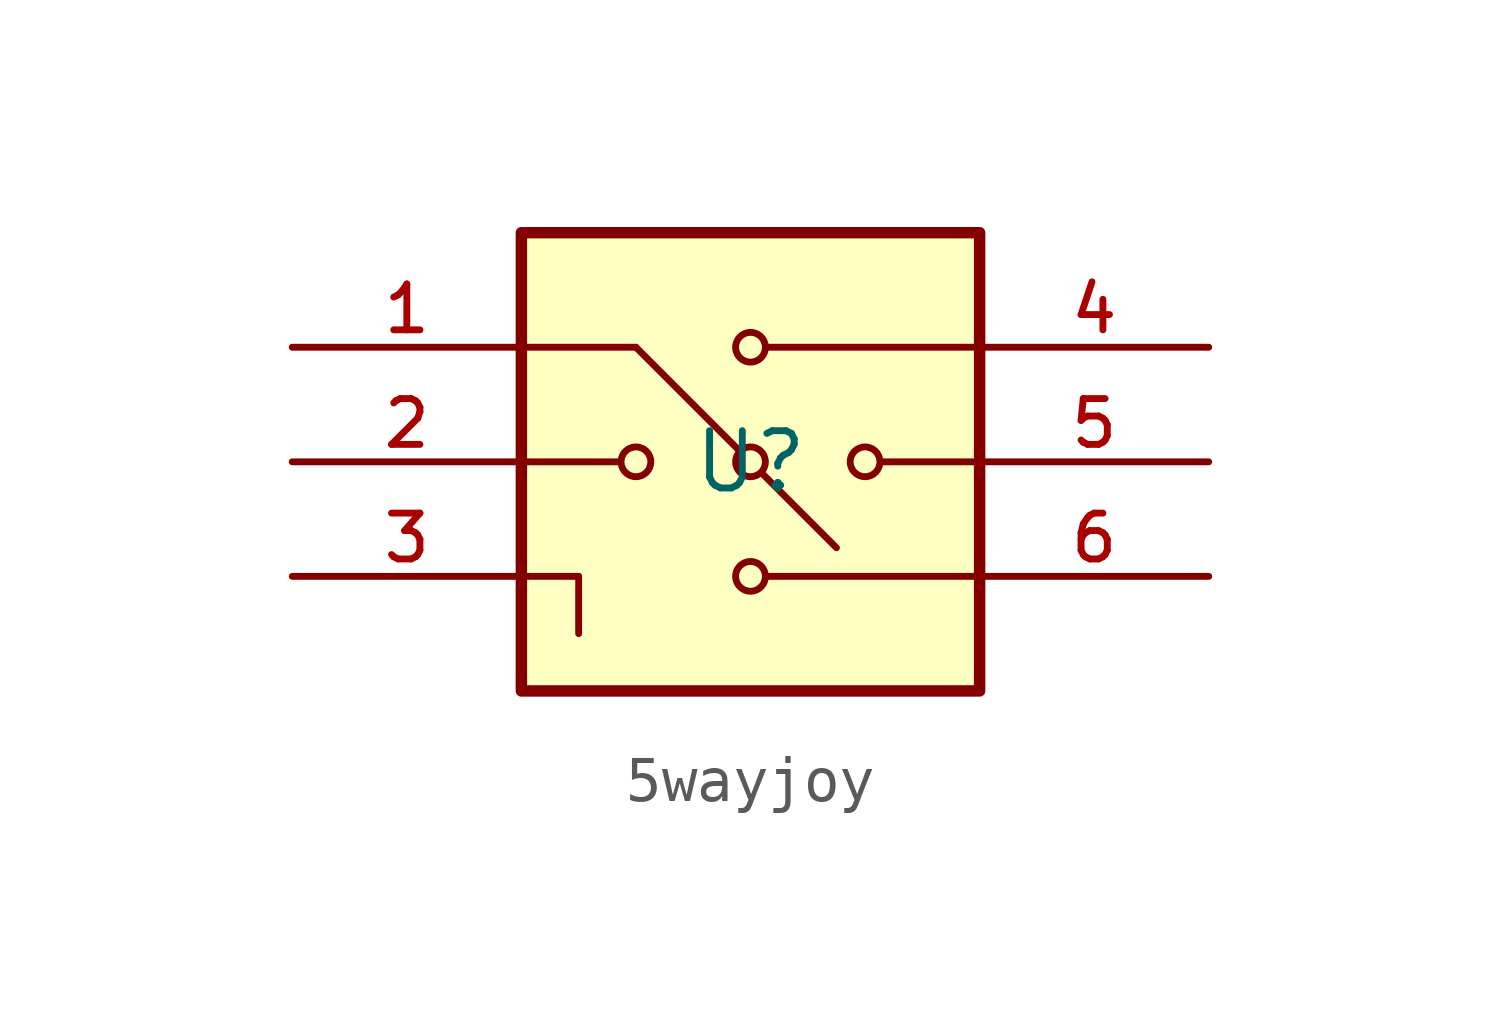
<source format=kicad_sym>
(kicad_symbol_lib
  (version 20231120)
  (generator "kicad_symbol_editor")
  (generator_version "8.0")
  (symbol "5wayjoy"
    (property "Reference" "U"
      (at 0 0 0)
      (effects (font (size 1.27 1.27))))
    (property "Value" ""
      (at 0 0 0)
      (effects (font (size 1.27 1.27))))
    (symbol "5wayjoy_0_0"
      (rectangle (start -5.08 5.08) (end 5.08 -5.08) (stroke (width 0.254) (type default)) (fill (type background)))
      (circle (center -2.54 0) (radius 0.33) (stroke (width 0.152) (type default)) (fill (type none)))
      (circle (center 0 -2.54) (radius 0.33) (stroke (width 0.152) (type default)) (fill (type none)))
      (polyline (pts (xy -5.08 -2.54) (xy -3.81 -2.54)) (stroke (width 0.152) (type default)) (fill (type none)))
      (polyline (pts (xy -5.08 0) (xy -2.921 0)) (stroke (width 0.152) (type default)) (fill (type none)))
      (polyline (pts (xy -5.08 2.54) (xy -2.54 2.54)) (stroke (width 0.152) (type default)) (fill (type none)))
      (polyline (pts (xy -3.81 -2.54) (xy -3.81 -3.81)) (stroke (width 0.152) (type default)) (fill (type none)))
      (polyline (pts (xy -2.54 2.54) (xy -0.254 0.254)) (stroke (width 0.152) (type default)) (fill (type none)))
      (polyline (pts (xy 0.254 -0.254) (xy 1.905 -1.905)) (stroke (width 0.152) (type default)) (fill (type none)))
      (polyline (pts (xy 0.381 -2.54) (xy 5.08 -2.54)) (stroke (width 0.152) (type default)) (fill (type none)))
      (polyline (pts (xy 0.381 2.54) (xy 5.08 2.54)) (stroke (width 0.152) (type default)) (fill (type none)))
      (polyline (pts (xy 2.921 0) (xy 5.08 0)) (stroke (width 0.152) (type default)) (fill (type none)))
      (circle (center 0 0) (radius 0.33) (stroke (width 0.152) (type default)) (fill (type none)))
      (circle (center 0 2.54) (radius 0.33) (stroke (width 0.152) (type default)) (fill (type none)))
      (circle (center 2.54 0) (radius 0.33) (stroke (width 0.152) (type default)) (fill (type none)))
      (pin passive line (at -10.16 2.54 0) (length 5.08) (name "~" (effects (font (size 1.016 1.016)))) (number "1" (effects (font (size 1.016 1.016)))))
      (pin passive line (at -10.16 0 0) (length 5.08) (name "~" (effects (font (size 1.016 1.016)))) (number "2" (effects (font (size 1.016 1.016)))))
      (pin passive line (at -10.16 -2.54 0) (length 5.08) (name "~" (effects (font (size 1.016 1.016)))) (number "3" (effects (font (size 1.016 1.016)))))
      (pin passive line (at 10.16 2.54 180) (length 5.08) (name "~" (effects (font (size 1.016 1.016)))) (number "4" (effects (font (size 1.016 1.016)))))
      (pin passive line (at 10.16 0 180) (length 5.08) (name "~" (effects (font (size 1.016 1.016)))) (number "5" (effects (font (size 1.016 1.016)))))
      (pin passive line (at 10.16 -2.54 180) (length 5.08) (name "~" (effects (font (size 1.016 1.016)))) (number "6" (effects (font (size 1.016 1.016))))))))
</source>
